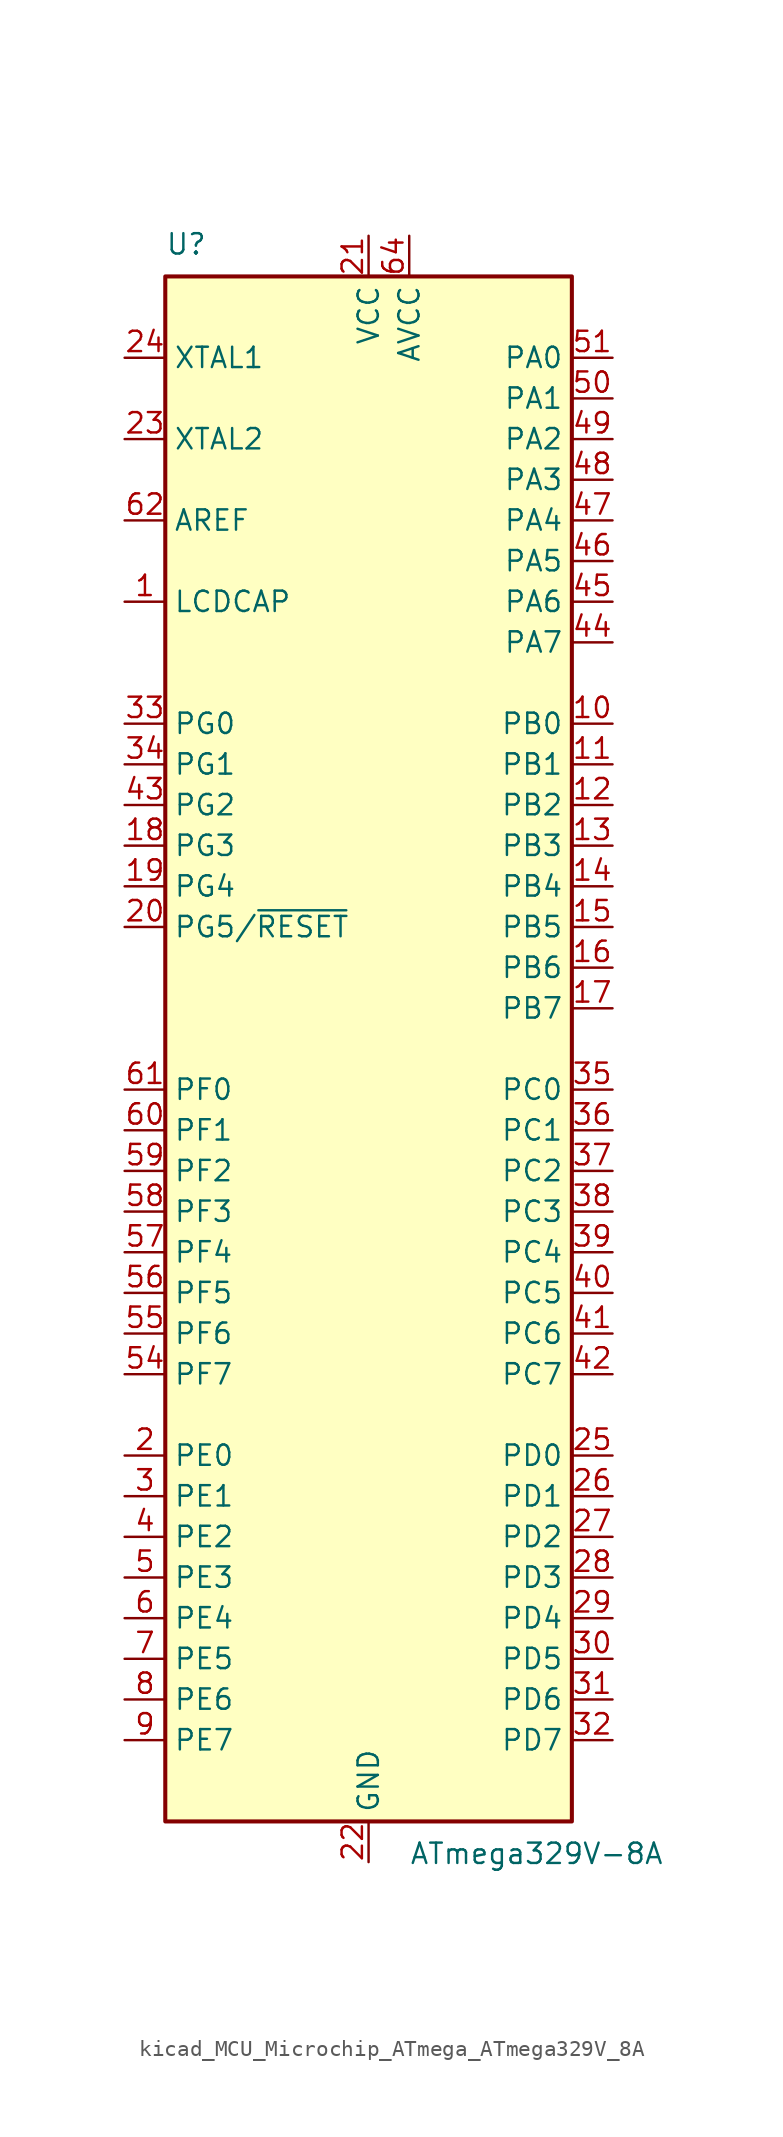
<source format=kicad_sym>
(kicad_symbol_lib
  (version 20220914)
  (generator kicad_symbol_editor)
  (symbol "kicad_MCU_Microchip_ATmega_ATmega329V_8A"
    (property "Reference" "U"
      (at -12.7 49.53 0)
      (effects (font (size 1.27 1.27)) (justify left bottom)))
    (property "Value" "ATmega329V-8A"
      (at 2.54 -49.53 0)
      (effects (font (size 1.27 1.27)) (justify left top)))
    (symbol "kicad_MCU_Microchip_ATmega_ATmega329V_8A_0_1"
      (rectangle (start -12.7 -48.26) (end 12.7 48.26) (stroke (width 0.254) (type default)) (fill (type background))))
    (symbol "kicad_MCU_Microchip_ATmega_ATmega329V_8A_1_1"
      (pin passive line (at -15.24 27.94 0) (length 2.54) (name "LCDCAP" (effects (font (size 1.27 1.27)))) (number "1" (effects (font (size 1.27 1.27)))))
      (pin bidirectional line (at 15.24 20.32 180) (length 2.54) (name "PB0" (effects (font (size 1.27 1.27)))) (number "10" (effects (font (size 1.27 1.27)))))
      (pin bidirectional line (at 15.24 17.78 180) (length 2.54) (name "PB1" (effects (font (size 1.27 1.27)))) (number "11" (effects (font (size 1.27 1.27)))))
      (pin bidirectional line (at 15.24 15.24 180) (length 2.54) (name "PB2" (effects (font (size 1.27 1.27)))) (number "12" (effects (font (size 1.27 1.27)))))
      (pin bidirectional line (at 15.24 12.7 180) (length 2.54) (name "PB3" (effects (font (size 1.27 1.27)))) (number "13" (effects (font (size 1.27 1.27)))))
      (pin bidirectional line (at 15.24 10.16 180) (length 2.54) (name "PB4" (effects (font (size 1.27 1.27)))) (number "14" (effects (font (size 1.27 1.27)))))
      (pin bidirectional line (at 15.24 7.62 180) (length 2.54) (name "PB5" (effects (font (size 1.27 1.27)))) (number "15" (effects (font (size 1.27 1.27)))))
      (pin bidirectional line (at 15.24 5.08 180) (length 2.54) (name "PB6" (effects (font (size 1.27 1.27)))) (number "16" (effects (font (size 1.27 1.27)))))
      (pin bidirectional line (at 15.24 2.54 180) (length 2.54) (name "PB7" (effects (font (size 1.27 1.27)))) (number "17" (effects (font (size 1.27 1.27)))))
      (pin bidirectional line (at -15.24 12.7 0) (length 2.54) (name "PG3" (effects (font (size 1.27 1.27)))) (number "18" (effects (font (size 1.27 1.27)))))
      (pin bidirectional line (at -15.24 10.16 0) (length 2.54) (name "PG4" (effects (font (size 1.27 1.27)))) (number "19" (effects (font (size 1.27 1.27)))))
      (pin bidirectional line (at -15.24 -25.4 0) (length 2.54) (name "PE0" (effects (font (size 1.27 1.27)))) (number "2" (effects (font (size 1.27 1.27)))))
      (pin bidirectional line (at -15.24 7.62 0) (length 2.54) (name "PG5/~{RESET}" (effects (font (size 1.27 1.27)))) (number "20" (effects (font (size 1.27 1.27)))))
      (pin power_in line (at 0 50.8 270) (length 2.54) (name "VCC" (effects (font (size 1.27 1.27)))) (number "21" (effects (font (size 1.27 1.27)))))
      (pin power_in line (at 0 -50.8 90) (length 2.54) (name "GND" (effects (font (size 1.27 1.27)))) (number "22" (effects (font (size 1.27 1.27)))))
      (pin output line (at -15.24 38.1 0) (length 2.54) (name "XTAL2" (effects (font (size 1.27 1.27)))) (number "23" (effects (font (size 1.27 1.27)))))
      (pin input line (at -15.24 43.18 0) (length 2.54) (name "XTAL1" (effects (font (size 1.27 1.27)))) (number "24" (effects (font (size 1.27 1.27)))))
      (pin bidirectional line (at 15.24 -25.4 180) (length 2.54) (name "PD0" (effects (font (size 1.27 1.27)))) (number "25" (effects (font (size 1.27 1.27)))))
      (pin bidirectional line (at 15.24 -27.94 180) (length 2.54) (name "PD1" (effects (font (size 1.27 1.27)))) (number "26" (effects (font (size 1.27 1.27)))))
      (pin bidirectional line (at 15.24 -30.48 180) (length 2.54) (name "PD2" (effects (font (size 1.27 1.27)))) (number "27" (effects (font (size 1.27 1.27)))))
      (pin bidirectional line (at 15.24 -33.02 180) (length 2.54) (name "PD3" (effects (font (size 1.27 1.27)))) (number "28" (effects (font (size 1.27 1.27)))))
      (pin bidirectional line (at 15.24 -35.56 180) (length 2.54) (name "PD4" (effects (font (size 1.27 1.27)))) (number "29" (effects (font (size 1.27 1.27)))))
      (pin bidirectional line (at -15.24 -27.94 0) (length 2.54) (name "PE1" (effects (font (size 1.27 1.27)))) (number "3" (effects (font (size 1.27 1.27)))))
      (pin bidirectional line (at 15.24 -38.1 180) (length 2.54) (name "PD5" (effects (font (size 1.27 1.27)))) (number "30" (effects (font (size 1.27 1.27)))))
      (pin bidirectional line (at 15.24 -40.64 180) (length 2.54) (name "PD6" (effects (font (size 1.27 1.27)))) (number "31" (effects (font (size 1.27 1.27)))))
      (pin bidirectional line (at 15.24 -43.18 180) (length 2.54) (name "PD7" (effects (font (size 1.27 1.27)))) (number "32" (effects (font (size 1.27 1.27)))))
      (pin bidirectional line (at -15.24 20.32 0) (length 2.54) (name "PG0" (effects (font (size 1.27 1.27)))) (number "33" (effects (font (size 1.27 1.27)))))
      (pin bidirectional line (at -15.24 17.78 0) (length 2.54) (name "PG1" (effects (font (size 1.27 1.27)))) (number "34" (effects (font (size 1.27 1.27)))))
      (pin bidirectional line (at 15.24 -2.54 180) (length 2.54) (name "PC0" (effects (font (size 1.27 1.27)))) (number "35" (effects (font (size 1.27 1.27)))))
      (pin bidirectional line (at 15.24 -5.08 180) (length 2.54) (name "PC1" (effects (font (size 1.27 1.27)))) (number "36" (effects (font (size 1.27 1.27)))))
      (pin bidirectional line (at 15.24 -7.62 180) (length 2.54) (name "PC2" (effects (font (size 1.27 1.27)))) (number "37" (effects (font (size 1.27 1.27)))))
      (pin bidirectional line (at 15.24 -10.16 180) (length 2.54) (name "PC3" (effects (font (size 1.27 1.27)))) (number "38" (effects (font (size 1.27 1.27)))))
      (pin bidirectional line (at 15.24 -12.7 180) (length 2.54) (name "PC4" (effects (font (size 1.27 1.27)))) (number "39" (effects (font (size 1.27 1.27)))))
      (pin bidirectional line (at -15.24 -30.48 0) (length 2.54) (name "PE2" (effects (font (size 1.27 1.27)))) (number "4" (effects (font (size 1.27 1.27)))))
      (pin bidirectional line (at 15.24 -15.24 180) (length 2.54) (name "PC5" (effects (font (size 1.27 1.27)))) (number "40" (effects (font (size 1.27 1.27)))))
      (pin bidirectional line (at 15.24 -17.78 180) (length 2.54) (name "PC6" (effects (font (size 1.27 1.27)))) (number "41" (effects (font (size 1.27 1.27)))))
      (pin bidirectional line (at 15.24 -20.32 180) (length 2.54) (name "PC7" (effects (font (size 1.27 1.27)))) (number "42" (effects (font (size 1.27 1.27)))))
      (pin bidirectional line (at -15.24 15.24 0) (length 2.54) (name "PG2" (effects (font (size 1.27 1.27)))) (number "43" (effects (font (size 1.27 1.27)))))
      (pin bidirectional line (at 15.24 25.4 180) (length 2.54) (name "PA7" (effects (font (size 1.27 1.27)))) (number "44" (effects (font (size 1.27 1.27)))))
      (pin bidirectional line (at 15.24 27.94 180) (length 2.54) (name "PA6" (effects (font (size 1.27 1.27)))) (number "45" (effects (font (size 1.27 1.27)))))
      (pin bidirectional line (at 15.24 30.48 180) (length 2.54) (name "PA5" (effects (font (size 1.27 1.27)))) (number "46" (effects (font (size 1.27 1.27)))))
      (pin bidirectional line (at 15.24 33.02 180) (length 2.54) (name "PA4" (effects (font (size 1.27 1.27)))) (number "47" (effects (font (size 1.27 1.27)))))
      (pin bidirectional line (at 15.24 35.56 180) (length 2.54) (name "PA3" (effects (font (size 1.27 1.27)))) (number "48" (effects (font (size 1.27 1.27)))))
      (pin bidirectional line (at 15.24 38.1 180) (length 2.54) (name "PA2" (effects (font (size 1.27 1.27)))) (number "49" (effects (font (size 1.27 1.27)))))
      (pin bidirectional line (at -15.24 -33.02 0) (length 2.54) (name "PE3" (effects (font (size 1.27 1.27)))) (number "5" (effects (font (size 1.27 1.27)))))
      (pin bidirectional line (at 15.24 40.64 180) (length 2.54) (name "PA1" (effects (font (size 1.27 1.27)))) (number "50" (effects (font (size 1.27 1.27)))))
      (pin bidirectional line (at 15.24 43.18 180) (length 2.54) (name "PA0" (effects (font (size 1.27 1.27)))) (number "51" (effects (font (size 1.27 1.27)))))
      (pin passive line (at 0 50.8 270) (length 2.54) hide (name "VCC" (effects (font (size 1.27 1.27)))) (number "52" (effects (font (size 1.27 1.27)))))
      (pin passive line (at 0 -50.8 90) (length 2.54) hide (name "GND" (effects (font (size 1.27 1.27)))) (number "53" (effects (font (size 1.27 1.27)))))
      (pin bidirectional line (at -15.24 -20.32 0) (length 2.54) (name "PF7" (effects (font (size 1.27 1.27)))) (number "54" (effects (font (size 1.27 1.27)))))
      (pin bidirectional line (at -15.24 -17.78 0) (length 2.54) (name "PF6" (effects (font (size 1.27 1.27)))) (number "55" (effects (font (size 1.27 1.27)))))
      (pin bidirectional line (at -15.24 -15.24 0) (length 2.54) (name "PF5" (effects (font (size 1.27 1.27)))) (number "56" (effects (font (size 1.27 1.27)))))
      (pin bidirectional line (at -15.24 -12.7 0) (length 2.54) (name "PF4" (effects (font (size 1.27 1.27)))) (number "57" (effects (font (size 1.27 1.27)))))
      (pin bidirectional line (at -15.24 -10.16 0) (length 2.54) (name "PF3" (effects (font (size 1.27 1.27)))) (number "58" (effects (font (size 1.27 1.27)))))
      (pin bidirectional line (at -15.24 -7.62 0) (length 2.54) (name "PF2" (effects (font (size 1.27 1.27)))) (number "59" (effects (font (size 1.27 1.27)))))
      (pin bidirectional line (at -15.24 -35.56 0) (length 2.54) (name "PE4" (effects (font (size 1.27 1.27)))) (number "6" (effects (font (size 1.27 1.27)))))
      (pin bidirectional line (at -15.24 -5.08 0) (length 2.54) (name "PF1" (effects (font (size 1.27 1.27)))) (number "60" (effects (font (size 1.27 1.27)))))
      (pin bidirectional line (at -15.24 -2.54 0) (length 2.54) (name "PF0" (effects (font (size 1.27 1.27)))) (number "61" (effects (font (size 1.27 1.27)))))
      (pin passive line (at -15.24 33.02 0) (length 2.54) (name "AREF" (effects (font (size 1.27 1.27)))) (number "62" (effects (font (size 1.27 1.27)))))
      (pin passive line (at 0 -50.8 90) (length 2.54) hide (name "GND" (effects (font (size 1.27 1.27)))) (number "63" (effects (font (size 1.27 1.27)))))
      (pin power_in line (at 2.54 50.8 270) (length 2.54) (name "AVCC" (effects (font (size 1.27 1.27)))) (number "64" (effects (font (size 1.27 1.27)))))
      (pin bidirectional line (at -15.24 -38.1 0) (length 2.54) (name "PE5" (effects (font (size 1.27 1.27)))) (number "7" (effects (font (size 1.27 1.27)))))
      (pin bidirectional line (at -15.24 -40.64 0) (length 2.54) (name "PE6" (effects (font (size 1.27 1.27)))) (number "8" (effects (font (size 1.27 1.27)))))
      (pin bidirectional line (at -15.24 -43.18 0) (length 2.54) (name "PE7" (effects (font (size 1.27 1.27)))) (number "9" (effects (font (size 1.27 1.27))))))))
</source>
